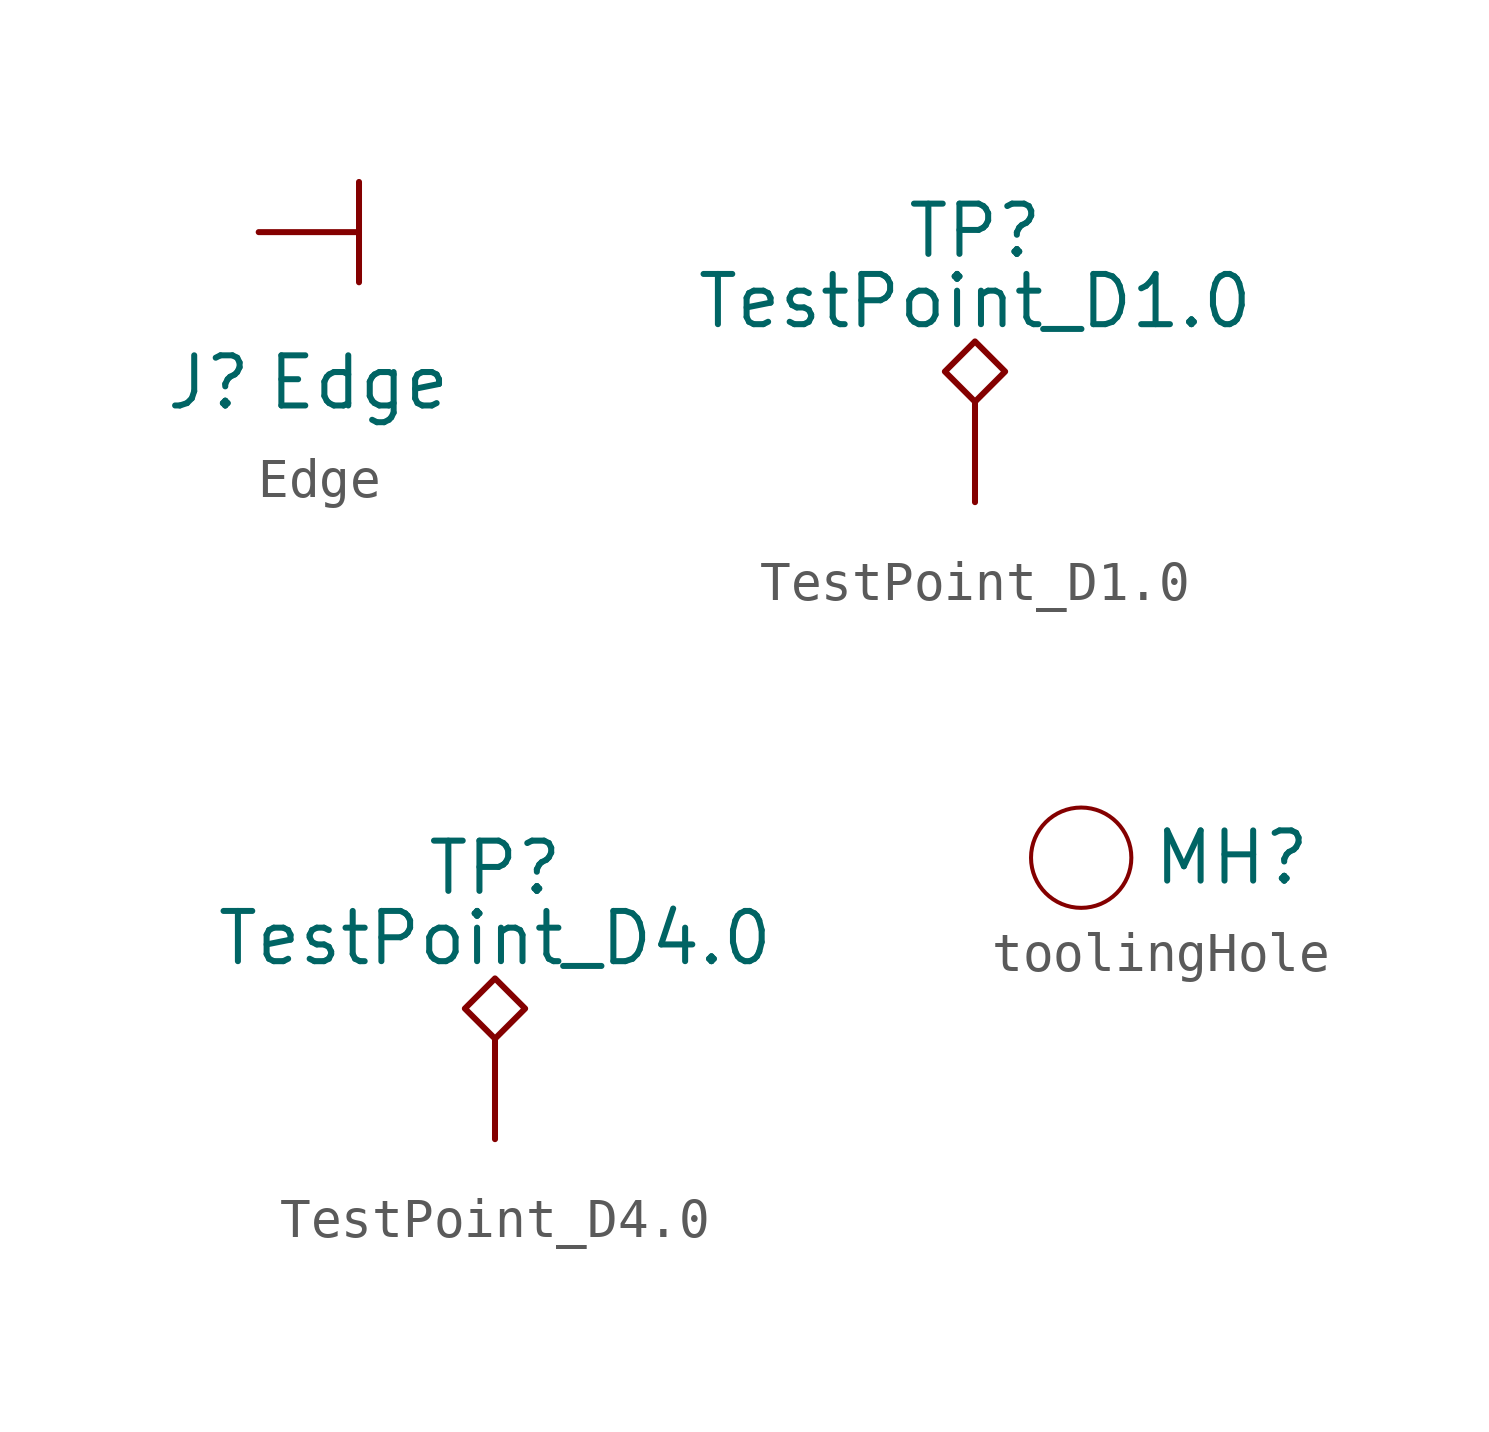
<source format=kicad_sym>
(kicad_symbol_lib
  (version 20231120)
  (generator "kicad_symbol_editor")
  (generator_version "8.0")
  (symbol "Edge"
    (pin_numbers hide)
    (pin_names
      (offset 0) hide)
    (property "Reference" "J"
      (at -3.81 -3.81 0)
      (effects (font (size 1.27 1.27))))
    (property "Value" "Edge"
      (at 0 -3.81 0)
      (effects (font (size 1.27 1.27))))
    (symbol "Edge_0_1"
      (polyline (pts (xy 0 1.27) (xy 0 -1.27)) (stroke (width 0) (type default)) (fill (type none))))
    (symbol "Edge_1_1"
      (pin passive line (at -2.54 0 0) (length 2.54) (name "1" (effects (font (size 1.27 1.27)))) (number "1" (effects (font (size 1.27 1.27)))))))
  (symbol "TestPoint_D1.0"
    (pin_numbers hide)
    (pin_names
      (offset 0.762) hide)
    (property "Reference" "TP"
      (at 0 6.858 0)
      (effects (font (size 1.27 1.27))))
    (property "Value" "TestPoint_D1.0"
      (at 0 5.08 0)
      (effects (font (size 1.27 1.27))))
    (symbol "TestPoint_D1.0_0_1"
      (polyline (pts (xy 0 2.54) (xy -0.762 3.302) (xy 0 4.064) (xy 0.762 3.302) (xy 0 2.54)) (stroke (width 0) (type default)) (fill (type none))))
    (symbol "TestPoint_D1.0_1_1"
      (pin passive line (at 0 0 90) (length 2.54) (name "1" (effects (font (size 1.27 1.27)))) (number "1" (effects (font (size 1.27 1.27)))))))
  (symbol "TestPoint_D4.0"
    (pin_numbers hide)
    (pin_names
      (offset 0.762) hide)
    (property "Reference" "TP"
      (at 0 6.858 0)
      (effects (font (size 1.27 1.27))))
    (property "Value" "TestPoint_D4.0"
      (at 0 5.08 0)
      (effects (font (size 1.27 1.27))))
    (symbol "TestPoint_D4.0_0_1"
      (polyline (pts (xy 0 2.54) (xy -0.762 3.302) (xy 0 4.064) (xy 0.762 3.302) (xy 0 2.54)) (stroke (width 0) (type default)) (fill (type none))))
    (symbol "TestPoint_D4.0_1_1"
      (pin passive line (at 0 0 90) (length 2.54) (name "1" (effects (font (size 1.27 1.27)))) (number "1" (effects (font (size 1.27 1.27)))))))
  (symbol "toolingHole"
    (property "Reference" "MH"
      (at 3.81 0 0)
      (effects (font (size 1.27 1.27))))
    (symbol "toolingHole_0_1"
      (circle (center 0 0) (radius 1.27) (stroke (width 0.102) (type default)) (fill (type none))))))
</source>
